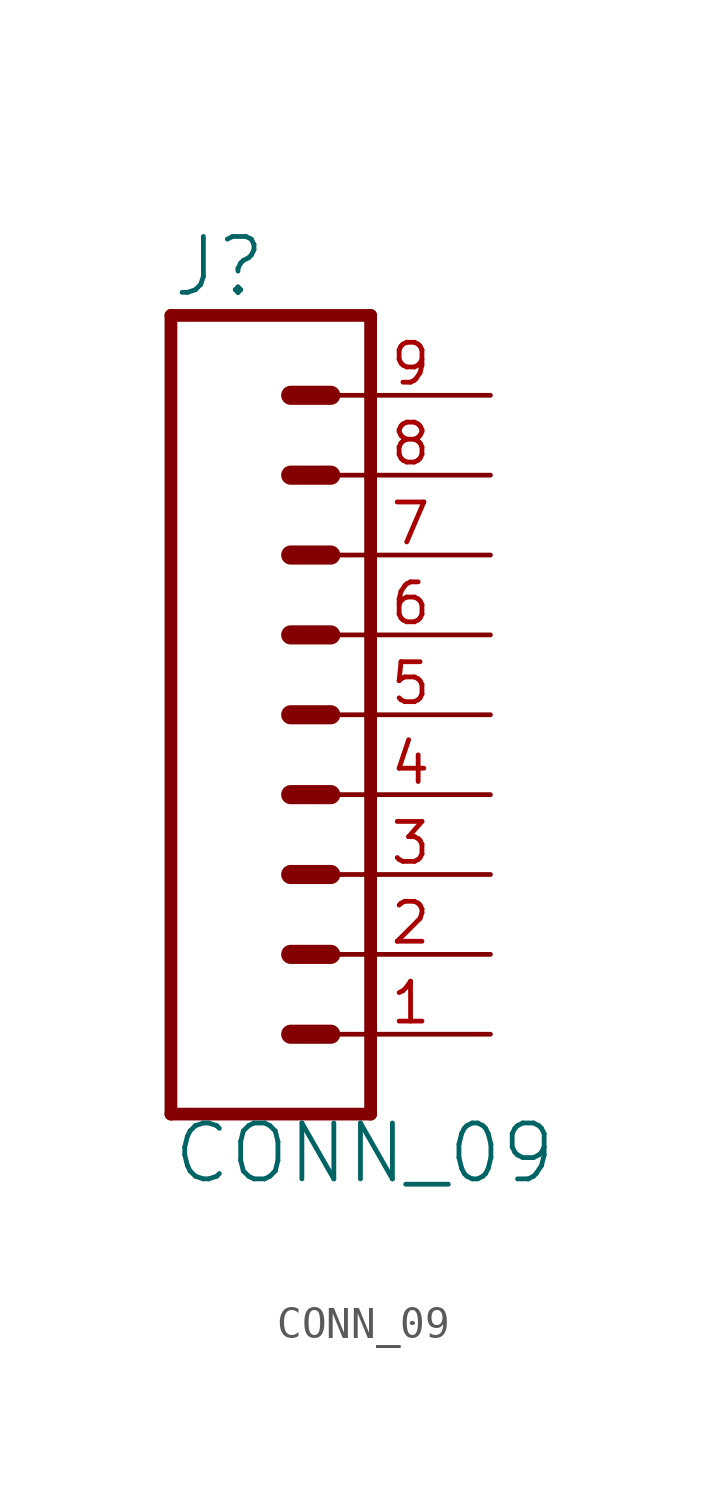
<source format=kicad_sym>
(kicad_symbol_lib
  (version 20220331)
  (generator kicad_symbol_editor)
  (symbol "CONN_09"
    (property "Reference" "J"
      (at 0 13.208 0)
      (effects (font (size 1.778 1.778)) (justify left bottom)))
    (property "Value" "CONN_09"
      (at 0 -14.986 0)
      (effects (font (size 1.778 1.778)) (justify left bottom)))
    (property "ki_locked" ""
      (at 0 0 0)
      (effects (font (size 1.27 1.27))))
    (symbol "CONN_09_1_0"
      (polyline (pts (xy 0 12.7) (xy 0 -12.7)) (stroke (width 0.406) (type solid)) (fill (type none)))
      (polyline (pts (xy 0 12.7) (xy 6.35 12.7)) (stroke (width 0.406) (type solid)) (fill (type none)))
      (polyline (pts (xy 3.81 -10.16) (xy 5.08 -10.16)) (stroke (width 0.61) (type solid)) (fill (type none)))
      (polyline (pts (xy 3.81 -7.62) (xy 5.08 -7.62)) (stroke (width 0.61) (type solid)) (fill (type none)))
      (polyline (pts (xy 3.81 -5.08) (xy 5.08 -5.08)) (stroke (width 0.61) (type solid)) (fill (type none)))
      (polyline (pts (xy 3.81 -2.54) (xy 5.08 -2.54)) (stroke (width 0.61) (type solid)) (fill (type none)))
      (polyline (pts (xy 3.81 0) (xy 5.08 0)) (stroke (width 0.61) (type solid)) (fill (type none)))
      (polyline (pts (xy 3.81 2.54) (xy 5.08 2.54)) (stroke (width 0.61) (type solid)) (fill (type none)))
      (polyline (pts (xy 3.81 5.08) (xy 5.08 5.08)) (stroke (width 0.61) (type solid)) (fill (type none)))
      (polyline (pts (xy 3.81 7.62) (xy 5.08 7.62)) (stroke (width 0.61) (type solid)) (fill (type none)))
      (polyline (pts (xy 3.81 10.16) (xy 5.08 10.16)) (stroke (width 0.61) (type solid)) (fill (type none)))
      (polyline (pts (xy 6.35 -12.7) (xy 0 -12.7)) (stroke (width 0.406) (type solid)) (fill (type none)))
      (polyline (pts (xy 6.35 -12.7) (xy 6.35 12.7)) (stroke (width 0.406) (type solid)) (fill (type none)))
      (pin passive line (at 10.16 -10.16 180) (length 5.08) (name "1" (effects (font (size 0 0)))) (number "1" (effects (font (size 1.27 1.27)))))
      (pin passive line (at 10.16 -7.62 180) (length 5.08) (name "2" (effects (font (size 0 0)))) (number "2" (effects (font (size 1.27 1.27)))))
      (pin passive line (at 10.16 -5.08 180) (length 5.08) (name "3" (effects (font (size 0 0)))) (number "3" (effects (font (size 1.27 1.27)))))
      (pin passive line (at 10.16 -2.54 180) (length 5.08) (name "4" (effects (font (size 0 0)))) (number "4" (effects (font (size 1.27 1.27)))))
      (pin passive line (at 10.16 0 180) (length 5.08) (name "5" (effects (font (size 0 0)))) (number "5" (effects (font (size 1.27 1.27)))))
      (pin passive line (at 10.16 2.54 180) (length 5.08) (name "6" (effects (font (size 0 0)))) (number "6" (effects (font (size 1.27 1.27)))))
      (pin passive line (at 10.16 5.08 180) (length 5.08) (name "7" (effects (font (size 0 0)))) (number "7" (effects (font (size 1.27 1.27)))))
      (pin passive line (at 10.16 7.62 180) (length 5.08) (name "8" (effects (font (size 0 0)))) (number "8" (effects (font (size 1.27 1.27)))))
      (pin passive line (at 10.16 10.16 180) (length 5.08) (name "9" (effects (font (size 0 0)))) (number "9" (effects (font (size 1.27 1.27))))))))
</source>
